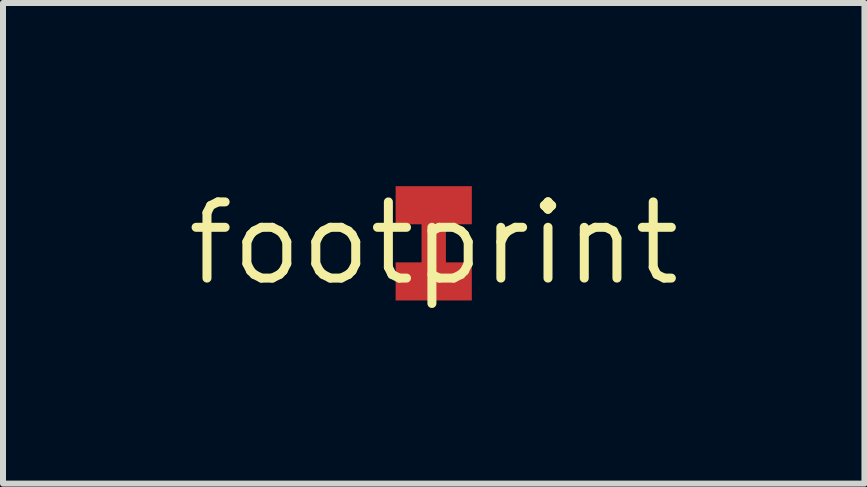
<source format=kicad_pcb>
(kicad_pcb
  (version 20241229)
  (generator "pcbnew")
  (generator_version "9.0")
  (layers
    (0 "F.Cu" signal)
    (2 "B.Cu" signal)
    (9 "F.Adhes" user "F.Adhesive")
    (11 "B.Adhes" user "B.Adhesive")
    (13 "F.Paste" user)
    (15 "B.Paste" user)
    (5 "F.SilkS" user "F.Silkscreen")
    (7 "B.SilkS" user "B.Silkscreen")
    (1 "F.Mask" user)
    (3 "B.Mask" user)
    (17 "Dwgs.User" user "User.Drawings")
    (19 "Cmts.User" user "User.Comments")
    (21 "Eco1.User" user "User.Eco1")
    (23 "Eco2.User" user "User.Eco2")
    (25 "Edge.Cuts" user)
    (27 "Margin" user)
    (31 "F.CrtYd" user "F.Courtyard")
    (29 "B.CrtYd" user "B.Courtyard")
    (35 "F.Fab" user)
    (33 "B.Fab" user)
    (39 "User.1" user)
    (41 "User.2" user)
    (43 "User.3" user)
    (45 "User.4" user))
  (footprint "footprint"
    (layer "F.Cu")
    (at 4.18 1.006)
    (property "Reference" "footprint" (at 0 0 0) (layer "F.SilkS") (effects (font (size 1.27 1.27) (thickness 0.15))))
    (fp_line (start 0 -0.635) (end 0 0.635) (stroke (width 0.406) (type solid)) (layer "F.Cu"))
    (pad "P$1" smd rect (at 0 -0.635) (size 1.27 0.635) (layers "F.Cu"))
    (pad "P$2" smd rect (at 0 0.635) (size 1.27 0.635) (layers "F.Cu")))
  (gr_rect
    (start -3 -3)
    (end 11.36 5.012)
    (stroke (width 0.1) (type default))
    (fill no)
    (layer "Edge.Cuts")))
</source>
